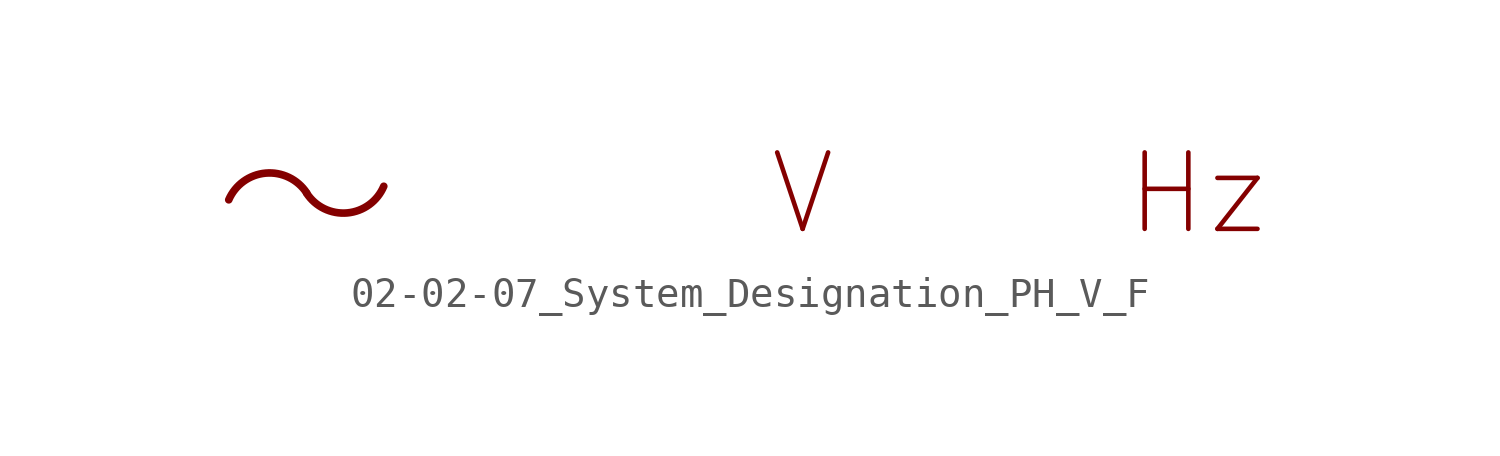
<source format=kicad_sym>
(kicad_symbol_lib
  (version 20200827)
  (generator kicad_symbol_editor)
  (symbol "Symbol_IEC_60617-2:02-02-07_System_Designation_PH_V_F"
    (pin_numbers hide)
    (pin_names
      (offset 0) hide)
    (property "Reference" "#SYM"
      (at 0 5.08 0)
      (effects (font (size 1.27 1.27)) hide))
    (symbol "02-02-07_System_Designation_PH_V_F_1_1"
      (arc (start 0.4463 0.0266) (end -2.1445 -0.202) (radius (at -0.7874 -0.7874) (length 1.478) (angles 33.4 156.7)) (stroke (width 0.254)) (fill (type none)))
      (arc (start 3.0088 0.2478) (end 0.4434 0.0192) (radius (at 1.6655 0.814) (length 1.4578) (angles -22.9 -147)) (stroke (width 0.254)) (fill (type none))))
    (symbol "02-02-07_System_Designation_PH_V_F_0_0"
      (text "V     Hz" (at 24.13 0 0) (effects (font (size 2.54 2.54)))))))
</source>
